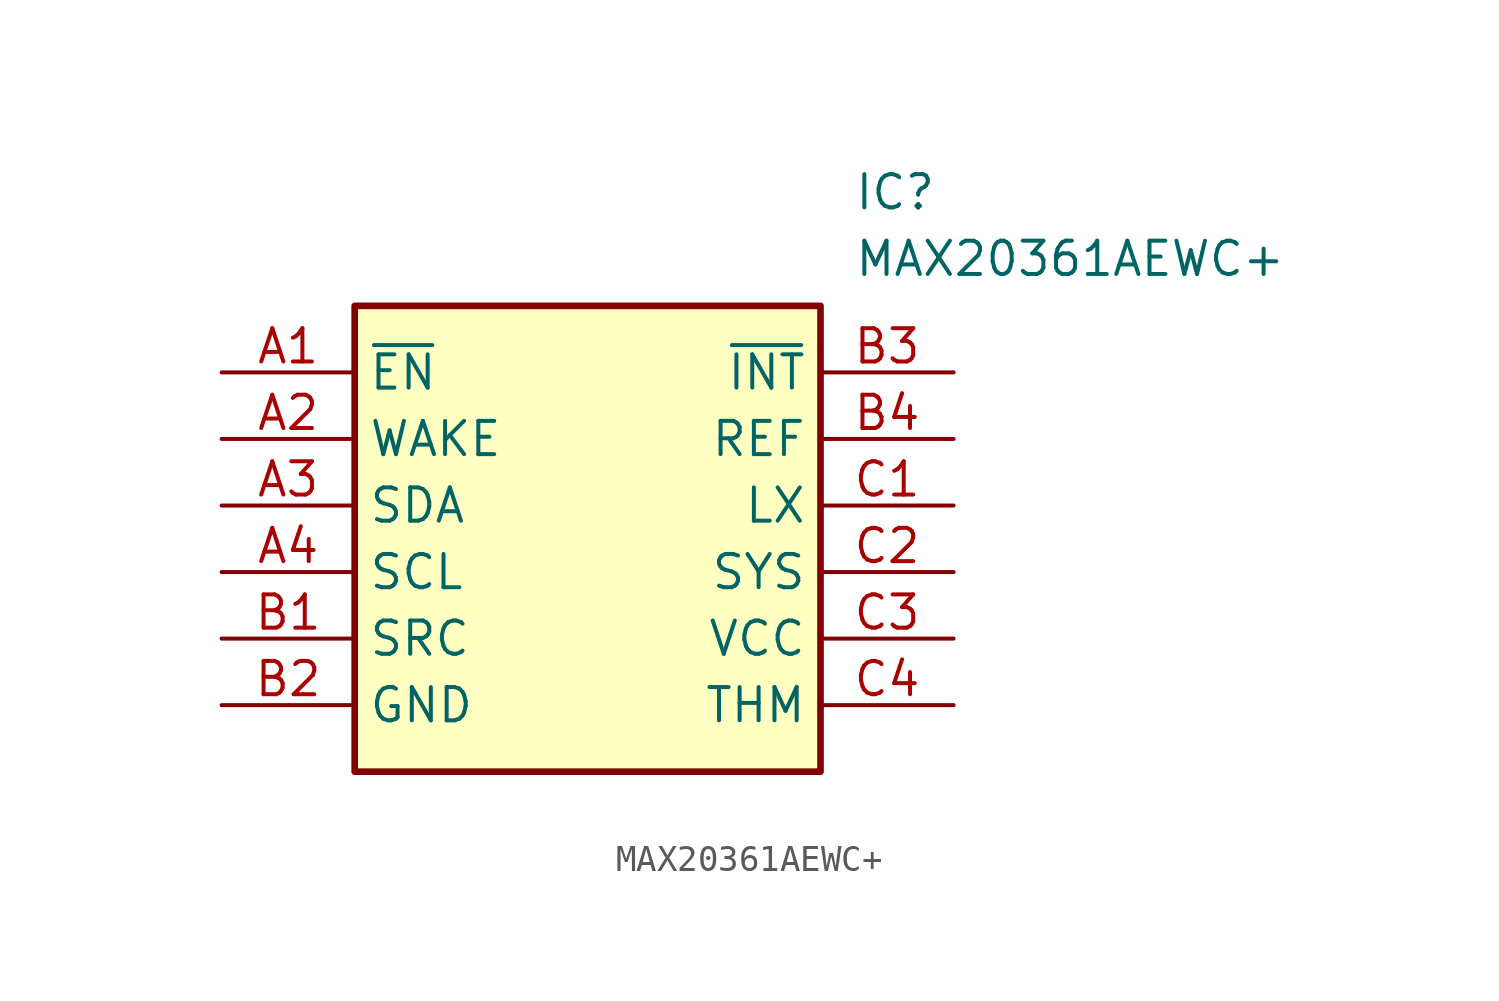
<source format=kicad_sym>
(kicad_symbol_lib
  (version 20211014)
  (generator SamacSys_ECAD_Model)
  (symbol "MAX20361AEWC+"
    (property "Reference" "IC"
      (at 24.13 7.62 0)
      (effects (font (size 1.27 1.27)) (justify left top)))
    (property "Value" "MAX20361AEWC+"
      (at 24.13 5.08 0)
      (effects (font (size 1.27 1.27)) (justify left top)))
    (rectangle
      (start 5.08 2.54)
      (end 22.86 -15.24)
      (stroke (width 0.254) (type default))
      (fill (type background)))
    (pin passive line
      (at 0 0 0)
      (length 5.08)
      (name "~{EN}" (effects (font (size 1.27 1.27))))
      (number "A1" (effects (font (size 1.27 1.27)))))
    (pin passive line
      (at 0 -2.54 0)
      (length 5.08)
      (name "WAKE" (effects (font (size 1.27 1.27))))
      (number "A2" (effects (font (size 1.27 1.27)))))
    (pin passive line
      (at 0 -5.08 0)
      (length 5.08)
      (name "SDA" (effects (font (size 1.27 1.27))))
      (number "A3" (effects (font (size 1.27 1.27)))))
    (pin passive line
      (at 0 -7.62 0)
      (length 5.08)
      (name "SCL" (effects (font (size 1.27 1.27))))
      (number "A4" (effects (font (size 1.27 1.27)))))
    (pin passive line
      (at 0 -10.16 0)
      (length 5.08)
      (name "SRC" (effects (font (size 1.27 1.27))))
      (number "B1" (effects (font (size 1.27 1.27)))))
    (pin passive line
      (at 0 -12.7 0)
      (length 5.08)
      (name "GND" (effects (font (size 1.27 1.27))))
      (number "B2" (effects (font (size 1.27 1.27)))))
    (pin passive line
      (at 27.94 0 180)
      (length 5.08)
      (name "~{INT}" (effects (font (size 1.27 1.27))))
      (number "B3" (effects (font (size 1.27 1.27)))))
    (pin passive line
      (at 27.94 -2.54 180)
      (length 5.08)
      (name "REF" (effects (font (size 1.27 1.27))))
      (number "B4" (effects (font (size 1.27 1.27)))))
    (pin passive line
      (at 27.94 -5.08 180)
      (length 5.08)
      (name "LX" (effects (font (size 1.27 1.27))))
      (number "C1" (effects (font (size 1.27 1.27)))))
    (pin passive line
      (at 27.94 -7.62 180)
      (length 5.08)
      (name "SYS" (effects (font (size 1.27 1.27))))
      (number "C2" (effects (font (size 1.27 1.27)))))
    (pin passive line
      (at 27.94 -10.16 180)
      (length 5.08)
      (name "VCC" (effects (font (size 1.27 1.27))))
      (number "C3" (effects (font (size 1.27 1.27)))))
    (pin passive line
      (at 27.94 -12.7 180)
      (length 5.08)
      (name "THM" (effects (font (size 1.27 1.27))))
      (number "C4" (effects (font (size 1.27 1.27)))))))
</source>
